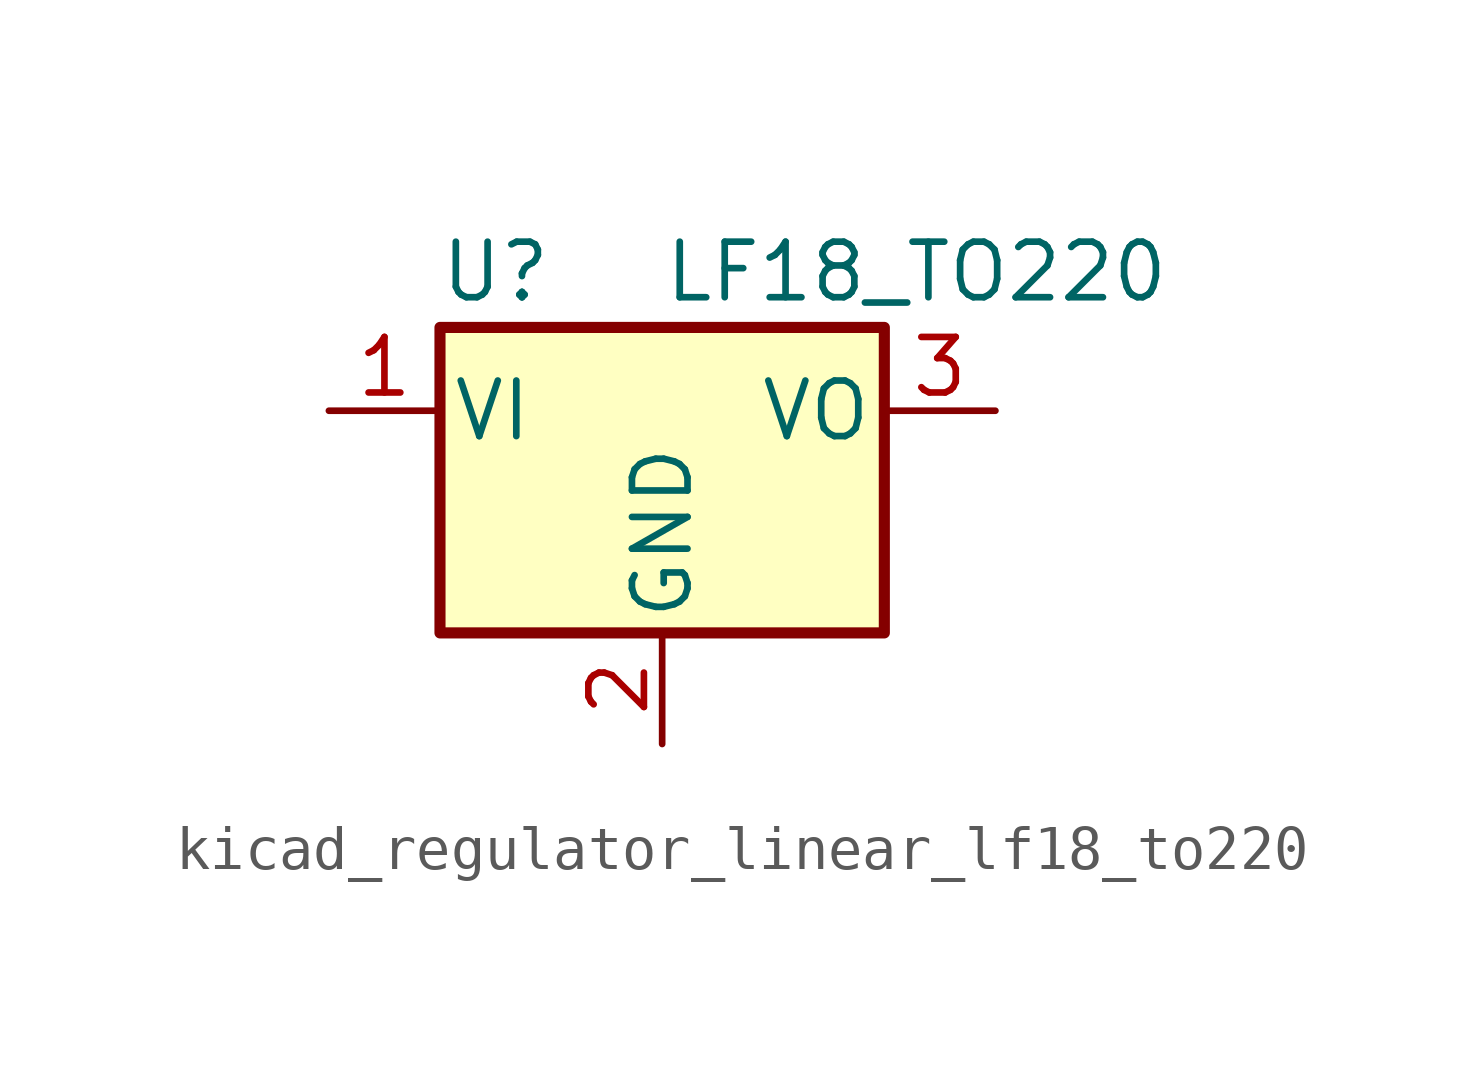
<source format=kicad_sym>
(kicad_symbol_lib
  (version 20220914)
  (generator kicad_symbol_editor)
  (symbol "kicad_regulator_linear_lf18_to220"
    (pin_names
      (offset 0.254))
    (property "Reference" "U"
      (at -3.81 3.175 0)
      (effects (font (size 1.27 1.27))))
    (property "Value" "LF18_TO220"
      (at 0 3.175 0)
      (effects (font (size 1.27 1.27)) (justify left)))
    (symbol "kicad_regulator_linear_lf18_to220_0_1"
      (rectangle (start -5.08 1.905) (end 5.08 -5.08) (stroke (width 0.254) (type default)) (fill (type background))))
    (symbol "kicad_regulator_linear_lf18_to220_1_1"
      (pin power_in line (at -7.62 0 0) (length 2.54) (name "VI" (effects (font (size 1.27 1.27)))) (number "1" (effects (font (size 1.27 1.27)))))
      (pin power_in line (at 0 -7.62 90) (length 2.54) (name "GND" (effects (font (size 1.27 1.27)))) (number "2" (effects (font (size 1.27 1.27)))))
      (pin power_out line (at 7.62 0 180) (length 2.54) (name "VO" (effects (font (size 1.27 1.27)))) (number "3" (effects (font (size 1.27 1.27))))))))
</source>
